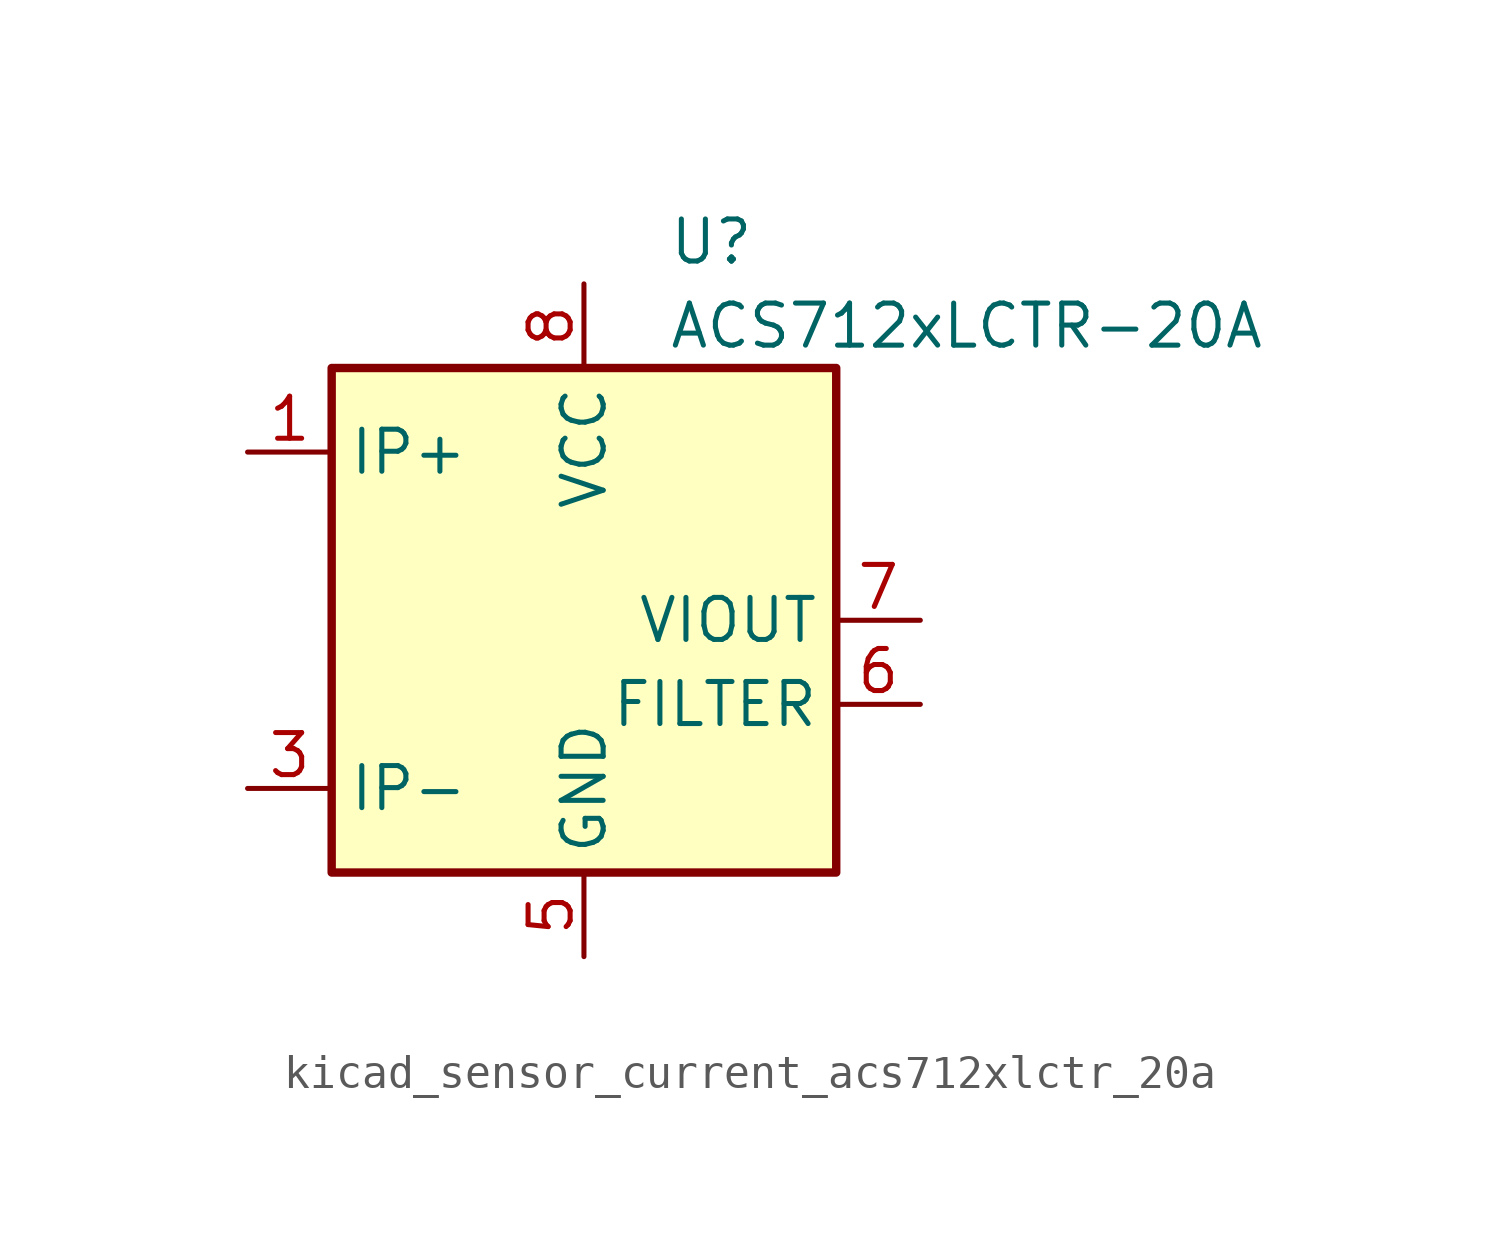
<source format=kicad_sym>
(kicad_symbol_lib
  (version 20220914)
  (generator kicad_symbol_editor)
  (symbol "kicad_sensor_current_acs712xlctr_20a"
    (property "Reference" "U"
      (at 2.54 11.43 0)
      (effects (font (size 1.27 1.27)) (justify left)))
    (property "Value" "ACS712xLCTR-20A"
      (at 2.54 8.89 0)
      (effects (font (size 1.27 1.27)) (justify left)))
    (symbol "kicad_sensor_current_acs712xlctr_20a_0_1"
      (rectangle (start -7.62 7.62) (end 7.62 -7.62) (stroke (width 0.254) (type default)) (fill (type background))))
    (symbol "kicad_sensor_current_acs712xlctr_20a_1_1"
      (pin passive line (at -10.16 5.08 0) (length 2.54) (name "IP+" (effects (font (size 1.27 1.27)))) (number "1" (effects (font (size 1.27 1.27)))))
      (pin passive line (at -10.16 5.08 0) (length 2.54) hide (name "IP+" (effects (font (size 1.27 1.27)))) (number "2" (effects (font (size 1.27 1.27)))))
      (pin passive line (at -10.16 -5.08 0) (length 2.54) (name "IP-" (effects (font (size 1.27 1.27)))) (number "3" (effects (font (size 1.27 1.27)))))
      (pin passive line (at -10.16 -5.08 0) (length 2.54) hide (name "IP-" (effects (font (size 1.27 1.27)))) (number "4" (effects (font (size 1.27 1.27)))))
      (pin power_in line (at 0 -10.16 90) (length 2.54) (name "GND" (effects (font (size 1.27 1.27)))) (number "5" (effects (font (size 1.27 1.27)))))
      (pin passive line (at 10.16 -2.54 180) (length 2.54) (name "FILTER" (effects (font (size 1.27 1.27)))) (number "6" (effects (font (size 1.27 1.27)))))
      (pin output line (at 10.16 0 180) (length 2.54) (name "VIOUT" (effects (font (size 1.27 1.27)))) (number "7" (effects (font (size 1.27 1.27)))))
      (pin power_in line (at 0 10.16 270) (length 2.54) (name "VCC" (effects (font (size 1.27 1.27)))) (number "8" (effects (font (size 1.27 1.27))))))))
</source>
